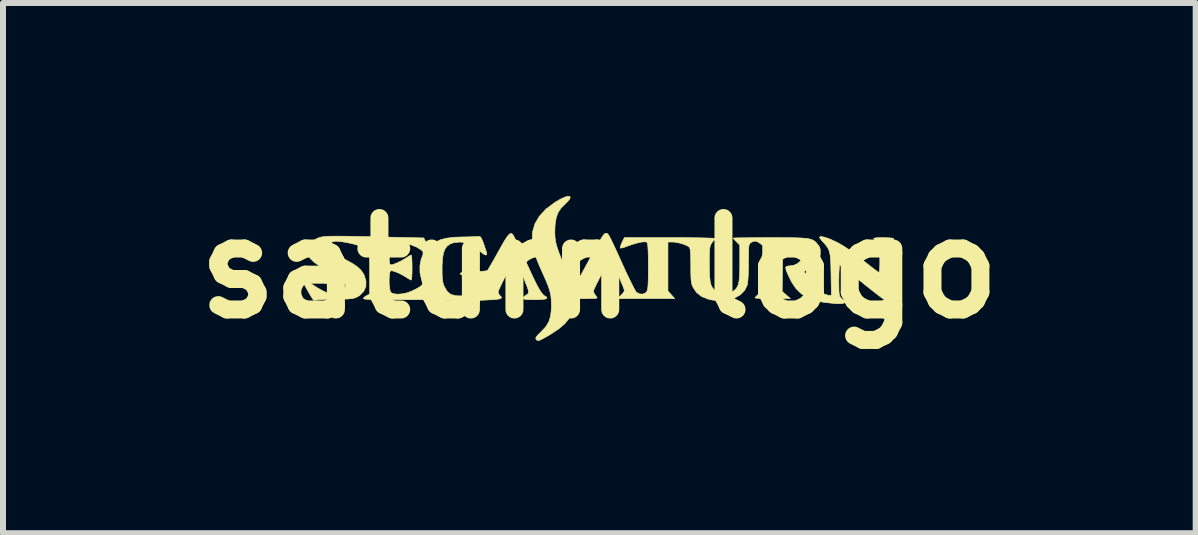
<source format=kicad_pcb>
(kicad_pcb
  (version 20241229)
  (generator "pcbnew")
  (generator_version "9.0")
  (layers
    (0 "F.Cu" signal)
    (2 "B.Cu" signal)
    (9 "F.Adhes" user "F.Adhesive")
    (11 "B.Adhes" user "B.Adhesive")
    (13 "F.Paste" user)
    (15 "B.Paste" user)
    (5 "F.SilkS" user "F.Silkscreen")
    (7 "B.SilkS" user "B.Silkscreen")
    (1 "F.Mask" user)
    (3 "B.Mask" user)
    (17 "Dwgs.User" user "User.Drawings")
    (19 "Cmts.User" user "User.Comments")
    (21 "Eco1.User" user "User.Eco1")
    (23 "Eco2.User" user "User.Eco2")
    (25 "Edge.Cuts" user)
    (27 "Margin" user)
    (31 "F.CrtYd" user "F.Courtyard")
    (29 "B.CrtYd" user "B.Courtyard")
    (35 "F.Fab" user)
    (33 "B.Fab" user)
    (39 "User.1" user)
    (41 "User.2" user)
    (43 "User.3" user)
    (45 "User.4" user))
  (footprint "saturn logo"
    (layer "F.Cu")
    (at 6.938 1.418)
    (property "Reference" "saturn logo" (at 0 0 0) (layer "F.SilkS") (effects (font (size 1.524 1.524) (thickness 0.3))))
    (attr through_hole)
    (fp_poly (pts (xy -1.462 -0.575) (xy -1.444 -0.562) (xy -1.43 -0.539) (xy -1.403 -0.487) (xy -1.366 -0.412) (xy -1.321 -0.316) (xy -1.269 -0.206) (xy -1.214 -0.085) (xy -1.208 -0.073) (xy -1.139 0.078) (xy -1.082 0.198) (xy -1.035 0.292) (xy -0.995 0.363) (xy -0.962 0.413) (xy -0.933 0.447) (xy -0.906 0.467) (xy -0.887 0.475) (xy -0.874 0.494) (xy -0.878 0.505) (xy -0.904 0.516) (xy -0.965 0.523) (xy -1.061 0.526) (xy -1.081 0.526) (xy -1.167 0.525) (xy -1.223 0.522) (xy -1.255 0.516) (xy -1.268 0.506) (xy -1.27 0.498) (xy -1.255 0.472) (xy -1.225 0.454) (xy -1.188 0.427) (xy -1.179 0.389) (xy -1.186 0.362) (xy -1.203 0.311) (xy -1.229 0.244) (xy -1.26 0.165) (xy -1.294 0.083) (xy -1.327 0.003) (xy -1.358 -0.067) (xy -1.384 -0.122) (xy -1.401 -0.154) (xy -1.407 -0.159) (xy -1.424 -0.133) (xy -1.452 -0.082) (xy -1.489 -0.014) (xy -1.53 0.066) (xy -1.572 0.149) (xy -1.613 0.23) (xy -1.647 0.302) (xy -1.673 0.358) (xy -1.686 0.391) (xy -1.687 0.396) (xy -1.674 0.437) (xy -1.66 0.454) (xy -1.636 0.477) (xy -1.631 0.494) (xy -1.646 0.508) (xy -1.686 0.517) (xy -1.753 0.525) (xy -1.852 0.53) (xy -1.928 0.534) (xy -2.038 0.538) (xy -2.146 0.543) (xy -2.242 0.547) (xy -2.316 0.551) (xy -2.34 0.553) (xy -2.462 0.551) (xy -2.558 0.534) (xy -2.632 0.509) (xy -2.707 0.477) (xy -2.737 0.462) (xy -2.786 0.436) (xy -2.822 0.42) (xy -2.832 0.417) (xy -2.85 0.432) (xy -2.873 0.467) (xy -2.876 0.472) (xy -2.904 0.526) (xy -3.422 0.526) (xy -3.578 0.526) (xy -3.702 0.525) (xy -3.795 0.523) (xy -3.862 0.52) (xy -3.905 0.516) (xy -3.928 0.51) (xy -3.933 0.503) (xy -3.912 0.48) (xy -3.877 0.457) (xy -3.828 0.433) (xy -3.828 0.18) (xy -3.503 0.18) (xy -3.503 0.251) (xy -3.497 0.319) (xy -3.488 0.374) (xy -3.474 0.406) (xy -3.473 0.407) (xy -3.431 0.427) (xy -3.365 0.435) (xy -3.284 0.429) (xy -3.2 0.411) (xy -3.183 0.405) (xy -3.116 0.378) (xy -3.048 0.345) (xy -2.991 0.311) (xy -2.955 0.281) (xy -2.95 0.275) (xy -2.949 0.249) (xy -2.959 0.203) (xy -2.966 0.181) (xy -2.989 0.075) (xy -2.99 -0.039) (xy -2.97 -0.145) (xy -2.956 -0.181) (xy -2.919 -0.263) (xy -2.97 -0.304) (xy -3.043 -0.349) (xy -3.138 -0.388) (xy -3.244 -0.417) (xy -3.32 -0.429) (xy -3.382 -0.434) (xy -3.421 -0.429) (xy -3.45 -0.414) (xy -3.463 -0.401) (xy -3.482 -0.377) (xy -3.494 -0.346) (xy -3.5 -0.299) (xy -3.502 -0.227) (xy -3.502 -0.209) (xy -3.501 -0.133) (xy -3.497 -0.087) (xy -3.49 -0.063) (xy -3.476 -0.055) (xy -3.47 -0.055) (xy -3.426 -0.065) (xy -3.363 -0.09) (xy -3.291 -0.126) (xy -3.222 -0.168) (xy -3.217 -0.171) (xy -3.173 -0.199) (xy -3.142 -0.216) (xy -3.135 -0.218) (xy -3.129 -0.201) (xy -3.125 -0.155) (xy -3.122 -0.087) (xy -3.121 -0.009) (xy -3.122 0.073) (xy -3.125 0.14) (xy -3.129 0.185) (xy -3.135 0.2) (xy -3.157 0.19) (xy -3.197 0.166) (xy -3.216 0.154) (xy -3.28 0.115) (xy -3.348 0.081) (xy -3.411 0.056) (xy -3.459 0.043) (xy -3.478 0.044) (xy -3.491 0.066) (xy -3.499 0.115) (xy -3.503 0.18) (xy -3.828 0.18) (xy -3.828 0.083) (xy -3.828 -0.043) (xy -3.83 -0.138) (xy -3.834 -0.208) (xy -3.843 -0.257) (xy -3.859 -0.291) (xy -3.882 -0.315) (xy -3.916 -0.335) (xy -3.962 -0.355) (xy -3.974 -0.361) (xy -4.046 -0.387) (xy -4.134 -0.411) (xy -4.228 -0.43) (xy -4.316 -0.443) (xy -4.387 -0.448) (xy -4.419 -0.446) (xy -4.467 -0.428) (xy -4.499 -0.4) (xy -4.5 -0.398) (xy -4.509 -0.359) (xy -4.493 -0.317) (xy -4.45 -0.272) (xy -4.377 -0.221) (xy -4.273 -0.162) (xy -4.222 -0.136) (xy -4.112 -0.076) (xy -4.03 -0.02) (xy -3.971 0.037) (xy -3.928 0.099) (xy -3.92 0.115) (xy -3.889 0.214) (xy -3.891 0.307) (xy -3.927 0.388) (xy -3.994 0.455) (xy -4.037 0.481) (xy -4.07 0.495) (xy -4.106 0.505) (xy -4.154 0.512) (xy -4.219 0.516) (xy -4.309 0.518) (xy -4.391 0.518) (xy -4.491 0.519) (xy -4.58 0.522) (xy -4.651 0.525) (xy -4.697 0.529) (xy -4.708 0.531) (xy -4.746 0.536) (xy -4.764 0.53) (xy -4.78 0.51) (xy -4.807 0.467) (xy -4.841 0.409) (xy -4.878 0.344) (xy -4.911 0.282) (xy -4.938 0.23) (xy -4.952 0.198) (xy -4.953 0.193) (xy -4.939 0.182) (xy -4.909 0.184) (xy -4.876 0.197) (xy -4.862 0.209) (xy -4.824 0.244) (xy -4.763 0.287) (xy -4.691 0.333) (xy -4.617 0.374) (xy -4.552 0.405) (xy -4.521 0.417) (xy -4.459 0.427) (xy -4.401 0.428) (xy -4.389 0.426) (xy -4.336 0.405) (xy -4.285 0.371) (xy -4.245 0.331) (xy -4.227 0.295) (xy -4.227 0.292) (xy -4.242 0.255) (xy -4.286 0.209) (xy -4.36 0.152) (xy -4.467 0.083) (xy -4.559 0.028) (xy -4.674 -0.042) (xy -4.759 -0.103) (xy -4.816 -0.159) (xy -4.849 -0.213) (xy -4.862 -0.269) (xy -4.862 -0.281) (xy -4.845 -0.36) (xy -4.796 -0.43) (xy -4.722 -0.485) (xy -4.703 -0.494) (xy -4.68 -0.504) (xy -4.656 -0.512) (xy -4.628 -0.519) (xy -4.594 -0.524) (xy -4.55 -0.528) (xy -4.493 -0.531) (xy -4.419 -0.532) (xy -4.327 -0.532) (xy -4.212 -0.531) (xy -4.072 -0.528) (xy -3.904 -0.525) (xy -3.704 -0.52) (xy -3.59 -0.518) (xy -2.926 -0.503) (xy -2.848 -0.342) (xy -2.794 -0.387) (xy -2.721 -0.439) (xy -2.638 -0.476) (xy -2.539 -0.5) (xy -2.416 -0.514) (xy -2.286 -0.519) (xy -2.193 -0.52) (xy -2.11 -0.523) (xy -2.047 -0.525) (xy -2.01 -0.528) (xy -2.007 -0.528) (xy -1.99 -0.527) (xy -1.974 -0.511) (xy -1.956 -0.477) (xy -1.933 -0.421) (xy -1.905 -0.337) (xy -1.878 -0.256) (xy -1.876 -0.224) (xy -1.895 -0.218) (xy -1.932 -0.235) (xy -1.982 -0.275) (xy -2.006 -0.298) (xy -2.098 -0.369) (xy -2.204 -0.416) (xy -2.314 -0.435) (xy -2.42 -0.426) (xy -2.481 -0.405) (xy -2.534 -0.37) (xy -2.573 -0.319) (xy -2.599 -0.248) (xy -2.615 -0.152) (xy -2.621 -0.027) (xy -2.621 0.009) (xy -2.62 0.108) (xy -2.616 0.18) (xy -2.608 0.234) (xy -2.596 0.279) (xy -2.582 0.311) (xy -2.536 0.388) (xy -2.479 0.436) (xy -2.402 0.459) (xy -2.335 0.463) (xy -2.272 0.461) (xy -2.232 0.451) (xy -2.202 0.431) (xy -2.185 0.412) (xy -2.151 0.348) (xy -2.141 0.275) (xy -2.157 0.206) (xy -2.168 0.187) (xy -2.204 0.155) (xy -2.254 0.129) (xy -2.26 0.127) (xy -2.308 0.106) (xy -2.321 0.09) (xy -2.298 0.076) (xy -2.239 0.067) (xy -2.146 0.061) (xy -2.096 0.06) (xy -2.01 0.057) (xy -1.938 0.052) (xy -1.886 0.046) (xy -1.864 0.039) (xy -1.85 0.018) (xy -1.822 -0.03) (xy -1.782 -0.098) (xy -1.735 -0.182) (xy -1.689 -0.264) (xy -1.625 -0.379) (xy -1.575 -0.465) (xy -1.536 -0.524) (xy -1.506 -0.56) (xy -1.482 -0.576) (xy -1.462 -0.575)) (stroke (width 0.01) (type solid)) (fill yes) (layer "F.SilkS"))
    (fp_poly (pts (xy -0.49 -1.194) (xy -0.486 -1.17) (xy -0.51 -1.129) (xy -0.562 -1.076) (xy -0.636 -1.002) (xy -0.687 -0.928) (xy -0.718 -0.845) (xy -0.735 -0.742) (xy -0.74 -0.679) (xy -0.742 -0.592) (xy -0.739 -0.515) (xy -0.729 -0.44) (xy -0.709 -0.36) (xy -0.678 -0.269) (xy -0.635 -0.159) (xy -0.58 -0.03) (xy -0.537 0.068) (xy -0.499 0.156) (xy -0.468 0.228) (xy -0.447 0.278) (xy -0.438 0.298) (xy -0.43 0.305) (xy -0.415 0.295) (xy -0.392 0.264) (xy -0.359 0.21) (xy -0.314 0.128) (xy -0.273 0.053) (xy -0.186 -0.107) (xy -0.115 -0.238) (xy -0.057 -0.343) (xy -0.011 -0.425) (xy 0.025 -0.486) (xy 0.052 -0.529) (xy 0.073 -0.557) (xy 0.089 -0.573) (xy 0.102 -0.58) (xy 0.11 -0.581) (xy 0.122 -0.58) (xy 0.133 -0.575) (xy 0.146 -0.562) (xy 0.162 -0.539) (xy 0.183 -0.501) (xy 0.21 -0.446) (xy 0.246 -0.37) (xy 0.292 -0.271) (xy 0.35 -0.143) (xy 0.398 -0.036) (xy 0.451 0.079) (xy 0.501 0.183) (xy 0.545 0.273) (xy 0.582 0.344) (xy 0.608 0.389) (xy 0.62 0.404) (xy 0.674 0.431) (xy 0.731 0.432) (xy 0.779 0.407) (xy 0.788 0.395) (xy 0.798 0.376) (xy 0.805 0.346) (xy 0.81 0.3) (xy 0.814 0.234) (xy 0.816 0.144) (xy 0.816 0.023) (xy 0.816 -0.028) (xy 0.816 -0.17) (xy 0.813 -0.283) (xy 0.808 -0.365) (xy 0.802 -0.415) (xy 0.797 -0.429) (xy 0.765 -0.439) (xy 0.708 -0.435) (xy 0.631 -0.419) (xy 0.543 -0.393) (xy 0.475 -0.369) (xy 0.416 -0.347) (xy 0.371 -0.335) (xy 0.349 -0.334) (xy 0.349 -0.334) (xy 0.35 -0.356) (xy 0.364 -0.398) (xy 0.377 -0.427) (xy 0.417 -0.508) (xy 1.179 -0.508) (xy 1.388 -0.508) (xy 1.564 -0.506) (xy 1.708 -0.504) (xy 1.818 -0.501) (xy 1.893 -0.498) (xy 1.934 -0.493) (xy 1.941 -0.49) (xy 1.927 -0.472) (xy 1.923 -0.472) (xy 1.902 -0.458) (xy 1.875 -0.423) (xy 1.869 -0.413) (xy 1.854 -0.386) (xy 1.844 -0.354) (xy 1.838 -0.311) (xy 1.834 -0.25) (xy 1.833 -0.165) (xy 1.833 -0.082) (xy 1.834 0.051) (xy 1.839 0.152) (xy 1.848 0.229) (xy 1.863 0.286) (xy 1.885 0.328) (xy 1.915 0.362) (xy 1.925 0.371) (xy 1.99 0.405) (xy 2.072 0.42) (xy 2.155 0.414) (xy 2.226 0.388) (xy 2.24 0.378) (xy 2.275 0.347) (xy 2.3 0.311) (xy 2.318 0.265) (xy 2.33 0.202) (xy 2.337 0.119) (xy 2.34 0.008) (xy 2.34 -0.082) (xy 2.34 -0.384) (xy 2.286 -0.438) (xy 2.252 -0.473) (xy 2.233 -0.497) (xy 2.232 -0.5) (xy 2.249 -0.502) (xy 2.299 -0.504) (xy 2.376 -0.505) (xy 2.477 -0.506) (xy 2.598 -0.507) (xy 2.735 -0.508) (xy 2.849 -0.508) (xy 3.026 -0.508) (xy 3.171 -0.507) (xy 3.287 -0.505) (xy 3.379 -0.501) (xy 3.449 -0.495) (xy 3.503 -0.486) (xy 3.543 -0.474) (xy 3.574 -0.458) (xy 3.6 -0.438) (xy 3.624 -0.412) (xy 3.636 -0.398) (xy 3.664 -0.361) (xy 3.678 -0.326) (xy 3.682 -0.28) (xy 3.68 -0.223) (xy 3.672 -0.154) (xy 3.659 -0.108) (xy 3.633 -0.069) (xy 3.619 -0.053) (xy 3.564 -0.012) (xy 3.5 0.02) (xy 3.488 0.023) (xy 3.433 0.042) (xy 3.412 0.06) (xy 3.424 0.078) (xy 3.43 0.082) (xy 3.448 0.102) (xy 3.479 0.144) (xy 3.519 0.201) (xy 3.533 0.222) (xy 3.601 0.311) (xy 3.674 0.382) (xy 3.747 0.431) (xy 3.813 0.453) (xy 3.824 0.454) (xy 3.867 0.454) (xy 3.861 0.104) (xy 3.858 -0.029) (xy 3.854 -0.132) (xy 3.847 -0.211) (xy 3.835 -0.271) (xy 3.817 -0.32) (xy 3.791 -0.362) (xy 3.756 -0.405) (xy 3.723 -0.44) (xy 3.689 -0.48) (xy 3.67 -0.509) (xy 3.67 -0.519) (xy 3.7 -0.526) (xy 3.757 -0.514) (xy 3.836 -0.487) (xy 3.932 -0.444) (xy 3.968 -0.426) (xy 4.074 -0.365) (xy 4.199 -0.28) (xy 4.341 -0.172) (xy 4.385 -0.136) (xy 4.468 -0.07) (xy 4.542 -0.012) (xy 4.602 0.033) (xy 4.643 0.063) (xy 4.66 0.073) (xy 4.667 0.055) (xy 4.671 0.008) (xy 4.674 -0.065) (xy 4.674 -0.158) (xy 4.674 -0.166) (xy 4.672 -0.263) (xy 4.669 -0.33) (xy 4.665 -0.375) (xy 4.657 -0.403) (xy 4.644 -0.423) (xy 4.625 -0.44) (xy 4.621 -0.443) (xy 4.588 -0.473) (xy 4.572 -0.494) (xy 4.572 -0.495) (xy 4.588 -0.501) (xy 4.631 -0.506) (xy 4.691 -0.508) (xy 4.758 -0.507) (xy 4.822 -0.505) (xy 4.873 -0.501) (xy 4.903 -0.495) (xy 4.906 -0.493) (xy 4.899 -0.473) (xy 4.87 -0.444) (xy 4.862 -0.438) (xy 4.808 -0.398) (xy 4.808 0.073) (xy 4.808 0.22) (xy 4.806 0.334) (xy 4.804 0.42) (xy 4.801 0.48) (xy 4.797 0.518) (xy 4.791 0.538) (xy 4.783 0.544) (xy 4.783 0.544) (xy 4.761 0.533) (xy 4.713 0.5) (xy 4.642 0.447) (xy 4.55 0.375) (xy 4.44 0.288) (xy 4.313 0.185) (xy 4.171 0.07) (xy 4.138 0.042) (xy 4.082 -0.002) (xy 4.037 -0.036) (xy 4.01 -0.053) (xy 4.006 -0.054) (xy 4.001 -0.037) (xy 3.997 0.01) (xy 3.993 0.08) (xy 3.992 0.168) (xy 3.991 0.208) (xy 3.992 0.312) (xy 3.993 0.386) (xy 3.998 0.437) (xy 4.008 0.471) (xy 4.025 0.496) (xy 4.049 0.518) (xy 4.073 0.535) (xy 4.097 0.562) (xy 4.086 0.58) (xy 4.044 0.591) (xy 3.971 0.593) (xy 3.919 0.59) (xy 3.738 0.57) (xy 3.587 0.537) (xy 3.463 0.489) (xy 3.361 0.424) (xy 3.276 0.339) (xy 3.204 0.232) (xy 3.173 0.17) (xy 3.133 0.085) (xy 3.111 0.027) (xy 3.105 -0.009) (xy 3.116 -0.028) (xy 3.143 -0.035) (xy 3.167 -0.036) (xy 3.24 -0.047) (xy 3.306 -0.077) (xy 3.351 -0.118) (xy 3.356 -0.126) (xy 3.367 -0.164) (xy 3.374 -0.222) (xy 3.375 -0.254) (xy 3.371 -0.316) (xy 3.356 -0.358) (xy 3.325 -0.397) (xy 3.321 -0.401) (xy 3.286 -0.432) (xy 3.253 -0.448) (xy 3.207 -0.452) (xy 3.162 -0.45) (xy 3.057 -0.445) (xy 3.047 0.389) (xy 3.184 0.507) (xy 2.889 0.507) (xy 2.79 0.507) (xy 2.706 0.505) (xy 2.641 0.502) (xy 2.603 0.499) (xy 2.594 0.496) (xy 2.607 0.478) (xy 2.639 0.447) (xy 2.653 0.434) (xy 2.712 0.385) (xy 2.718 0.004) (xy 2.723 -0.377) (xy 2.675 -0.415) (xy 2.619 -0.448) (xy 2.57 -0.448) (xy 2.526 -0.425) (xy 2.511 -0.413) (xy 2.5 -0.398) (xy 2.493 -0.373) (xy 2.489 -0.334) (xy 2.487 -0.274) (xy 2.486 -0.188) (xy 2.485 -0.094) (xy 2.484 0.013) (xy 2.481 0.113) (xy 2.476 0.197) (xy 2.47 0.258) (xy 2.465 0.281) (xy 2.423 0.369) (xy 2.352 0.442) (xy 2.258 0.496) (xy 2.146 0.531) (xy 2.021 0.544) (xy 1.888 0.533) (xy 1.818 0.518) (xy 1.704 0.473) (xy 1.617 0.403) (xy 1.562 0.321) (xy 1.547 0.287) (xy 1.537 0.251) (xy 1.53 0.205) (xy 1.526 0.144) (xy 1.524 0.059) (xy 1.524 -0.041) (xy 1.523 -0.153) (xy 1.521 -0.234) (xy 1.517 -0.29) (xy 1.51 -0.325) (xy 1.5 -0.347) (xy 1.496 -0.352) (xy 1.456 -0.377) (xy 1.392 -0.402) (xy 1.317 -0.422) (xy 1.244 -0.434) (xy 1.212 -0.435) (xy 1.143 -0.435) (xy 1.143 0.38) (xy 1.199 0.444) (xy 1.256 0.508) (xy 0.3 0.508) (xy 0.359 0.455) (xy 0.395 0.416) (xy 0.415 0.382) (xy 0.417 0.373) (xy 0.41 0.348) (xy 0.392 0.299) (xy 0.364 0.232) (xy 0.331 0.154) (xy 0.296 0.072) (xy 0.26 -0.007) (xy 0.228 -0.076) (xy 0.202 -0.129) (xy 0.185 -0.159) (xy 0.182 -0.163) (xy 0.171 -0.148) (xy 0.148 -0.107) (xy 0.115 -0.047) (xy 0.076 0.027) (xy 0.034 0.107) (xy -0.007 0.186) (xy -0.044 0.26) (xy -0.073 0.32) (xy -0.086 0.346) (xy -0.098 0.387) (xy -0.087 0.42) (xy -0.072 0.441) (xy -0.047 0.476) (xy -0.036 0.497) (xy -0.036 0.497) (xy -0.053 0.502) (xy -0.099 0.505) (xy -0.165 0.508) (xy -0.215 0.508) (xy -0.394 0.508) (xy -0.418 0.621) (xy -0.451 0.736) (xy -0.502 0.836) (xy -0.576 0.927) (xy -0.677 1.013) (xy -0.808 1.1) (xy -0.832 1.114) (xy -0.912 1.16) (xy -0.967 1.19) (xy -1.003 1.205) (xy -1.027 1.207) (xy -1.043 1.199) (xy -1.052 1.189) (xy -1.06 1.171) (xy -1.054 1.15) (xy -1.028 1.118) (xy -0.98 1.07) (xy -0.966 1.056) (xy -0.892 0.977) (xy -0.843 0.896) (xy -0.813 0.803) (xy -0.8 0.69) (xy -0.799 0.618) (xy -0.801 0.531) (xy -0.809 0.455) (xy -0.825 0.381) (xy -0.852 0.3) (xy -0.891 0.204) (xy -0.934 0.107) (xy -0.999 -0.038) (xy -1.047 -0.157) (xy -1.081 -0.258) (xy -1.104 -0.346) (xy -1.117 -0.428) (xy -1.119 -0.454) (xy -1.114 -0.6) (xy -1.074 -0.738) (xy -0.999 -0.865) (xy -0.889 -0.984) (xy -0.743 -1.093) (xy -0.656 -1.145) (xy -0.578 -1.182) (xy -0.521 -1.198) (xy -0.49 -1.194)) (stroke (width 0.01) (type solid)) (fill yes) (layer "F.SilkS")))
  (gr_rect
    (start -3 -3)
    (end 16.876 5.836)
    (stroke (width 0.1) (type default))
    (fill no)
    (layer "Edge.Cuts")))
</source>
